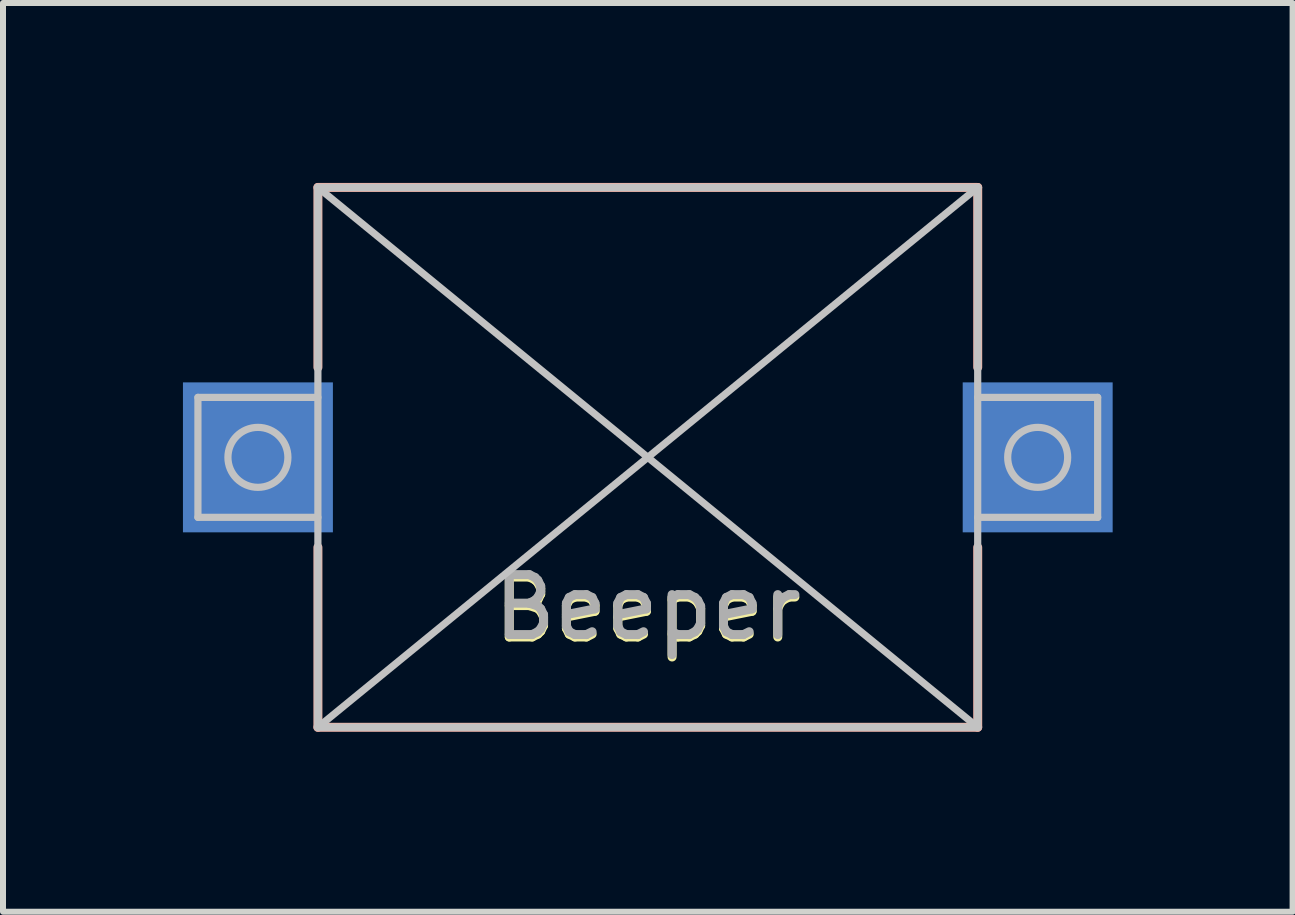
<source format=kicad_pcb>
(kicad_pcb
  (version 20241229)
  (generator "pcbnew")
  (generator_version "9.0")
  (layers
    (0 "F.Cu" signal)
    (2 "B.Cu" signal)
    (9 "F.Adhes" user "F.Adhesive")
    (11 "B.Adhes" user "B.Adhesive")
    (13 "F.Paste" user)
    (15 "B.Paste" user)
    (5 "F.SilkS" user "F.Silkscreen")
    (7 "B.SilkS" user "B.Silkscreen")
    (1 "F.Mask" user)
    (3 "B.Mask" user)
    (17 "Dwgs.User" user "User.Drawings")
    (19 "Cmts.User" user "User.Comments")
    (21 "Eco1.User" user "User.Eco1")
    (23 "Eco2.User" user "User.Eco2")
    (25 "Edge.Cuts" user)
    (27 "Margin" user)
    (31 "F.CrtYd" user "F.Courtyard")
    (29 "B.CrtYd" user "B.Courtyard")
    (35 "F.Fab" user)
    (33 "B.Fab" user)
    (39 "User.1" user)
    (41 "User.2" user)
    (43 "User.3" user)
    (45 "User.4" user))
  (footprint "Beeper"
    (layer "F.Cu")
    (at 7.75 4.575)
    (property "Reference" "Beeper" (at 0 2.54 0) (unlocked yes) (layer "F.SilkS") (effects (font (size 1 1) (thickness 0.15))))
    (attr smd)
    (fp_line (start -5.5 -4.5) (end -5.5 -1.5) (stroke (width 0.15) (type solid)) (layer "B.SilkS"))
    (fp_line (start -5.5 1.5) (end -5.5 4.5) (stroke (width 0.15) (type solid)) (layer "B.SilkS"))
    (fp_line (start -5.5 4.5) (end 5.5 4.5) (stroke (width 0.15) (type solid)) (layer "B.SilkS"))
    (fp_line (start 5.5 -4.5) (end -5.5 -4.5) (stroke (width 0.15) (type solid)) (layer "B.SilkS"))
    (fp_line (start 5.5 -1.5) (end 5.5 -4.5) (stroke (width 0.15) (type solid)) (layer "B.SilkS"))
    (fp_line (start 5.5 4.5) (end 5.5 1.5) (stroke (width 0.15) (type solid)) (layer "B.SilkS"))
    (fp_line (start -7.5 -1) (end -5.5 -1) (stroke (width 0.12) (type solid)) (layer "Dwgs.User"))
    (fp_line (start -7.5 1) (end -7.5 -1) (stroke (width 0.12) (type solid)) (layer "Dwgs.User"))
    (fp_line (start -5.5 -4.5) (end 5.5 -4.5) (stroke (width 0.12) (type solid)) (layer "Dwgs.User"))
    (fp_line (start -5.5 1) (end -7.5 1) (stroke (width 0.12) (type solid)) (layer "Dwgs.User"))
    (fp_line (start -5.5 4.5) (end -5.5 -4.5) (stroke (width 0.12) (type solid)) (layer "Dwgs.User"))
    (fp_line (start -5.5 4.5) (end 5.5 -4.5) (stroke (width 0.12) (type solid)) (layer "Dwgs.User"))
    (fp_line (start 5.5 -4.5) (end 5.5 4.5) (stroke (width 0.12) (type solid)) (layer "Dwgs.User"))
    (fp_line (start 5.5 1) (end 7.5 1) (stroke (width 0.12) (type solid)) (layer "Dwgs.User"))
    (fp_line (start 5.5 4.5) (end -5.5 -4.5) (stroke (width 0.12) (type solid)) (layer "Dwgs.User"))
    (fp_line (start 5.5 4.5) (end -5.5 4.5) (stroke (width 0.12) (type solid)) (layer "Dwgs.User"))
    (fp_line (start 7.5 -1) (end 5.5 -1) (stroke (width 0.12) (type solid)) (layer "Dwgs.User"))
    (fp_line (start 7.5 1) (end 7.5 -1) (stroke (width 0.12) (type solid)) (layer "Dwgs.User"))
    (fp_circle (center -6.5 0) (end -6.5 -0.5) (stroke (width 0.12) (type solid)) (fill no) (layer "Dwgs.User"))
    (fp_circle (center 6.5 0) (end 6.5 -0.5) (stroke (width 0.12) (type solid)) (fill no) (layer "Dwgs.User"))
    (fp_text user "${REFERENCE}" (at 0 2.5 0) (unlocked yes) (layer "F.Fab") (effects (font (size 1 1) (thickness 0.15))))
    (pad "1" smd rect (at -6.5 0) (size 2.5 2.5) (layers "B.Cu" "B.Mask" "B.Paste"))
    (pad "2" smd rect (at 6.5 0) (size 2.5 2.5) (layers "B.Cu" "B.Mask" "B.Paste")))
  (gr_rect
    (start -3 -3)
    (end 18.5 12.15)
    (stroke (width 0.1) (type default))
    (fill no)
    (layer "Edge.Cuts")))
</source>
